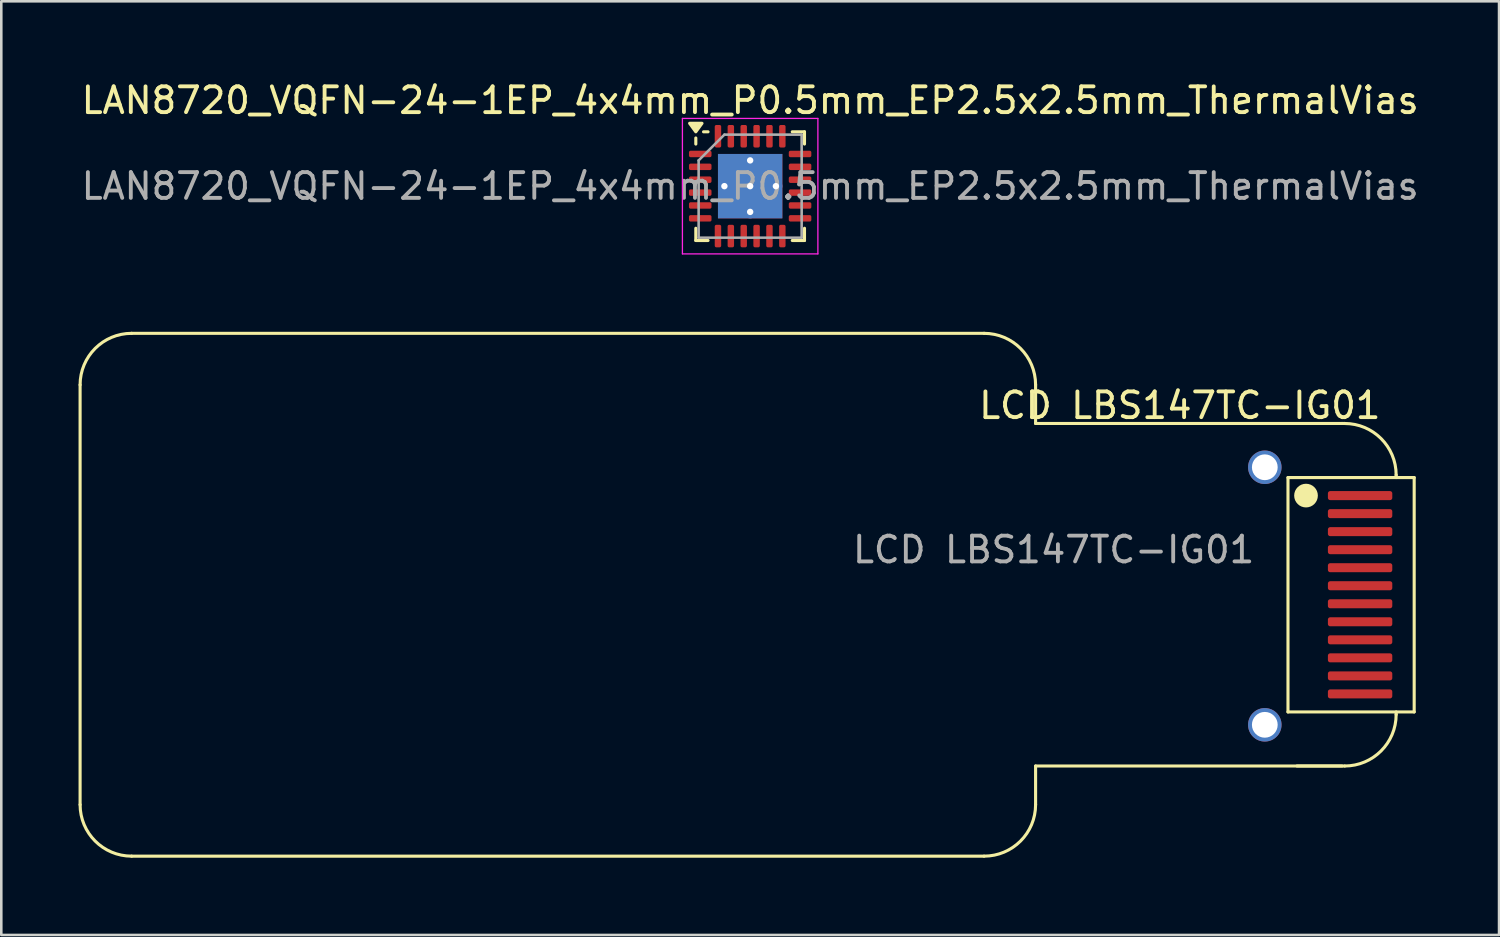
<source format=kicad_pcb>
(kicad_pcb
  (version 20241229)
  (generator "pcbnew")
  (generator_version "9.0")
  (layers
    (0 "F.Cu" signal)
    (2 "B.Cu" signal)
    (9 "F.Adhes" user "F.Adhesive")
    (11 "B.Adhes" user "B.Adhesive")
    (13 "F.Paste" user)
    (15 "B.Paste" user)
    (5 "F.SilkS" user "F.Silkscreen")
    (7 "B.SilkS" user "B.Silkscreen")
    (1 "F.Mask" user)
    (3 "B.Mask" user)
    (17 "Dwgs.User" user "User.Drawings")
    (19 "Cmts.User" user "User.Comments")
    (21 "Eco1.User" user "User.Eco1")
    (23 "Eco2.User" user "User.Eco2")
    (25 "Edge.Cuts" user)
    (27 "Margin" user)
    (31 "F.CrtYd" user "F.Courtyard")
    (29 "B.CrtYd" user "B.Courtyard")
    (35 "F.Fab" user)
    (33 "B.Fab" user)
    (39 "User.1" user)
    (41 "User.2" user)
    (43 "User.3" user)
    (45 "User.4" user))
  (footprint "LCD LBS147TC-IG01"
    (layer "F.Cu")
    (at 49.76 16.193)
    (property "Reference" "LCD LBS147TC-IG01" (at -7 -3.5 0) (unlocked yes) (layer "F.SilkS") (effects (font (size 1 1) (thickness 0.15))))
    (attr smd)
    (fp_line (start -49.7 -4.3) (end -49.7 12) (stroke (width 0.12) (type default)) (layer "F.SilkS"))
    (fp_line (start -47.7 14) (end -14.6 14) (stroke (width 0.12) (type default)) (layer "F.SilkS"))
    (fp_line (start -14.6 -6.3) (end -47.7 -6.3) (stroke (width 0.12) (type default)) (layer "F.SilkS"))
    (fp_line (start -12.6 -4.3) (end -12.6 -2.8) (stroke (width 0.12) (type default)) (layer "F.SilkS"))
    (fp_line (start -12.6 10.5) (end -12.6 12) (stroke (width 0.12) (type default)) (layer "F.SilkS"))
    (fp_line (start -12.6 10.5) (end -0.7 10.5) (stroke (width 0.12) (type default)) (layer "F.SilkS"))
    (fp_line (start -2.8 -0.7) (end -2.8 8.4) (stroke (width 0.12) (type default)) (layer "F.SilkS"))
    (fp_line (start -2.8 8.4) (end 2.1 8.4) (stroke (width 0.12) (type default)) (layer "F.SilkS"))
    (fp_line (start -0.7 -2.8) (end -12.6 -2.8) (stroke (width 0.12) (type default)) (layer "F.SilkS"))
    (fp_line (start -0.7 -2.8) (end -0.6 -2.8) (stroke (width 0.12) (type default)) (layer "F.SilkS"))
    (fp_line (start -0.6 10.5) (end -2.45 10.5) (stroke (width 0.12) (type default)) (layer "F.SilkS"))
    (fp_line (start 1.4 -0.8) (end 1.4 -0.7) (stroke (width 0.12) (type default)) (layer "F.SilkS"))
    (fp_line (start 1.4 8.4) (end 1.4 8.5) (stroke (width 0.12) (type default)) (layer "F.SilkS"))
    (fp_line (start 2.1 -0.7) (end -2.8 -0.7) (stroke (width 0.12) (type default)) (layer "F.SilkS"))
    (fp_line (start 2.1 8.4) (end 2.1 -0.7) (stroke (width 0.12) (type default)) (layer "F.SilkS"))
    (fp_arc (start -49.7 -4.3) (mid -49.114214 -5.714214) (end -47.7 -6.3) (stroke (width 0.12) (type default)) (layer "F.SilkS"))
    (fp_arc (start -47.7 14) (mid -49.114214 13.414214) (end -49.7 12) (stroke (width 0.12) (type default)) (layer "F.SilkS"))
    (fp_arc (start -14.6 -6.3) (mid -13.185786 -5.714214) (end -12.6 -4.3) (stroke (width 0.12) (type default)) (layer "F.SilkS"))
    (fp_arc (start -12.6 12) (mid -13.185786 13.414214) (end -14.6 14) (stroke (width 0.12) (type default)) (layer "F.SilkS"))
    (fp_arc (start -0.6 -2.8) (mid 0.814214 -2.214214) (end 1.4 -0.8) (stroke (width 0.12) (type default)) (layer "F.SilkS"))
    (fp_arc (start 1.4 8.5) (mid 0.814214 9.914214) (end -0.6 10.5) (stroke (width 0.12) (type default)) (layer "F.SilkS"))
    (fp_circle (center -2.1 0) (end -1.7 0) (stroke (width 0.12) (type solid)) (fill yes) (layer "F.SilkS"))
    (fp_text user "${REFERENCE}" (at -11.9 2.1 0) (unlocked yes) (layer "F.Fab") (effects (font (size 1 1) (thickness 0.15))))
    (pad "1" smd roundrect (at 0 0) (size 2.5 0.35) (layers "F.Cu" "F.Mask" "F.Paste") (roundrect_rratio 0.25))
    (pad "2" smd roundrect (at 0 0.7) (size 2.5 0.35) (layers "F.Cu" "F.Mask" "F.Paste") (roundrect_rratio 0.25))
    (pad "3" smd roundrect (at 0 1.4) (size 2.5 0.35) (layers "F.Cu" "F.Mask" "F.Paste") (roundrect_rratio 0.25))
    (pad "4" smd roundrect (at 0 2.1) (size 2.5 0.35) (layers "F.Cu" "F.Mask" "F.Paste") (roundrect_rratio 0.25))
    (pad "5" smd roundrect (at 0 2.8) (size 2.5 0.35) (layers "F.Cu" "F.Mask" "F.Paste") (roundrect_rratio 0.25))
    (pad "6" smd roundrect (at 0 3.5) (size 2.5 0.35) (layers "F.Cu" "F.Mask" "F.Paste") (roundrect_rratio 0.25))
    (pad "7" smd roundrect (at 0 4.2) (size 2.5 0.35) (layers "F.Cu" "F.Mask" "F.Paste") (roundrect_rratio 0.25))
    (pad "8" smd roundrect (at 0 4.9) (size 2.5 0.35) (layers "F.Cu" "F.Mask" "F.Paste") (roundrect_rratio 0.25))
    (pad "9" smd roundrect (at 0 5.6) (size 2.5 0.35) (layers "F.Cu" "F.Mask" "F.Paste") (roundrect_rratio 0.25))
    (pad "10" smd roundrect (at 0 6.3) (size 2.5 0.35) (layers "F.Cu" "F.Mask" "F.Paste") (roundrect_rratio 0.25))
    (pad "11" smd roundrect (at 0 7) (size 2.5 0.35) (layers "F.Cu" "F.Mask" "F.Paste") (roundrect_rratio 0.25))
    (pad "12" smd roundrect (at 0 7.7) (size 2.5 0.35) (layers "F.Cu" "F.Mask" "F.Paste") (roundrect_rratio 0.25))
    (pad "f" thru_hole circle (at -3.7 -1.1) (size 1.3 1.3) (drill 1) (layers "*.Cu" "*.Mask"))
    (pad "f" thru_hole circle (at -3.7 8.9) (size 1.3 1.3) (drill 1) (layers "*.Cu" "*.Mask")))
  (footprint "LAN8720_VQFN-24-1EP_4x4mm_P0.5mm_EP2.5x2.5mm_ThermalVias"
    (layer "F.Cu")
    (at 26.077 4.178)
    (property "Reference" "LAN8720_VQFN-24-1EP_4x4mm_P0.5mm_EP2.5x2.5mm_ThermalVias" (at 0 -3.33 0) (layer "F.SilkS") (effects (font (size 1 1) (thickness 0.15))))
    (attr smd)
    (fp_line (start -2.11 -1.635) (end -2.11 -1.87) (stroke (width 0.12) (type solid)) (layer "F.SilkS"))
    (fp_line (start -2.11 2.11) (end -2.11 1.635) (stroke (width 0.12) (type solid)) (layer "F.SilkS"))
    (fp_line (start -1.635 -2.11) (end -1.81 -2.11) (stroke (width 0.12) (type solid)) (layer "F.SilkS"))
    (fp_line (start -1.635 2.11) (end -2.11 2.11) (stroke (width 0.12) (type solid)) (layer "F.SilkS"))
    (fp_line (start 1.635 -2.11) (end 2.11 -2.11) (stroke (width 0.12) (type solid)) (layer "F.SilkS"))
    (fp_line (start 1.635 2.11) (end 2.11 2.11) (stroke (width 0.12) (type solid)) (layer "F.SilkS"))
    (fp_line (start 2.11 -2.11) (end 2.11 -1.635) (stroke (width 0.12) (type solid)) (layer "F.SilkS"))
    (fp_line (start 2.11 2.11) (end 2.11 1.635) (stroke (width 0.12) (type solid)) (layer "F.SilkS"))
    (fp_poly (pts (xy -2.11 -2.11) (xy -2.35 -2.44) (xy -1.87 -2.44) (xy -2.11 -2.11)) (stroke (width 0.12) (type solid)) (fill yes) (layer "F.SilkS"))
    (fp_line (start -2.63 -2.63) (end -2.63 2.63) (stroke (width 0.05) (type solid)) (layer "F.CrtYd"))
    (fp_line (start -2.63 2.63) (end 2.63 2.63) (stroke (width 0.05) (type solid)) (layer "F.CrtYd"))
    (fp_line (start 2.63 -2.63) (end -2.63 -2.63) (stroke (width 0.05) (type solid)) (layer "F.CrtYd"))
    (fp_line (start 2.63 2.63) (end 2.63 -2.63) (stroke (width 0.05) (type solid)) (layer "F.CrtYd"))
    (fp_line (start -2 -1) (end -1 -2) (stroke (width 0.1) (type solid)) (layer "F.Fab"))
    (fp_line (start -2 2) (end -2 -1) (stroke (width 0.1) (type solid)) (layer "F.Fab"))
    (fp_line (start -1 -2) (end 2 -2) (stroke (width 0.1) (type solid)) (layer "F.Fab"))
    (fp_line (start 2 -2) (end 2 2) (stroke (width 0.1) (type solid)) (layer "F.Fab"))
    (fp_line (start 2 2) (end -2 2) (stroke (width 0.1) (type solid)) (layer "F.Fab"))
    (fp_text user "${REFERENCE}" (at 0 0 0) (layer "F.Fab") (effects (font (size 1 1) (thickness 0.15))))
    (pad "" smd custom (at -0.57 -0.57) (size 0.779 0.779) (layers "F.Paste") (options (anchor circle)) (primitives (gr_poly (pts (xy -0.315 -0.192) (xy -0.192 -0.315) (xy 0.192 -0.315) (xy 0.315 -0.192) (xy 0.315 0.192) (xy 0.192 0.315) (xy -0.192 0.315) (xy -0.315 0.192)) (width 0.297) (fill yes))))
    (pad "" smd custom (at -0.57 0.57) (size 0.779 0.779) (layers "F.Paste") (options (anchor circle)) (primitives (gr_poly (pts (xy -0.315 -0.192) (xy -0.192 -0.315) (xy 0.192 -0.315) (xy 0.315 -0.192) (xy 0.315 0.192) (xy 0.192 0.315) (xy -0.192 0.315) (xy -0.315 0.192)) (width 0.297) (fill yes))))
    (pad "" smd custom (at 0.57 -0.57) (size 0.779 0.779) (layers "F.Paste") (options (anchor circle)) (primitives (gr_poly (pts (xy -0.315 -0.192) (xy -0.192 -0.315) (xy 0.192 -0.315) (xy 0.315 -0.192) (xy 0.315 0.192) (xy 0.192 0.315) (xy -0.192 0.315) (xy -0.315 0.192)) (width 0.297) (fill yes))))
    (pad "" smd custom (at 0.57 0.57) (size 0.779 0.779) (layers "F.Paste") (options (anchor circle)) (primitives (gr_poly (pts (xy -0.315 -0.192) (xy -0.192 -0.315) (xy 0.192 -0.315) (xy 0.315 -0.192) (xy 0.315 0.192) (xy 0.192 0.315) (xy -0.192 0.315) (xy -0.315 0.192)) (width 0.297) (fill yes))))
    (pad "1" smd roundrect (at -1.938 -1.25) (size 0.875 0.25) (layers "F.Cu" "F.Mask" "F.Paste") (roundrect_rratio 0.25))
    (pad "2" smd roundrect (at -1.938 -0.75) (size 0.875 0.25) (layers "F.Cu" "F.Mask" "F.Paste") (roundrect_rratio 0.25))
    (pad "3" smd roundrect (at -1.938 -0.25) (size 0.875 0.25) (layers "F.Cu" "F.Mask" "F.Paste") (roundrect_rratio 0.25))
    (pad "4" smd roundrect (at -1.938 0.25) (size 0.875 0.25) (layers "F.Cu" "F.Mask" "F.Paste") (roundrect_rratio 0.25))
    (pad "5" smd roundrect (at -1.938 0.75) (size 0.875 0.25) (layers "F.Cu" "F.Mask" "F.Paste") (roundrect_rratio 0.25))
    (pad "6" smd roundrect (at -1.938 1.25) (size 0.875 0.25) (layers "F.Cu" "F.Mask" "F.Paste") (roundrect_rratio 0.25))
    (pad "7" smd roundrect (at -1.25 1.938) (size 0.25 0.875) (layers "F.Cu" "F.Mask" "F.Paste") (roundrect_rratio 0.25))
    (pad "8" smd roundrect (at -0.75 1.938) (size 0.25 0.875) (layers "F.Cu" "F.Mask" "F.Paste") (roundrect_rratio 0.25))
    (pad "9" smd roundrect (at -0.25 1.938) (size 0.25 0.875) (layers "F.Cu" "F.Mask" "F.Paste") (roundrect_rratio 0.25))
    (pad "10" smd roundrect (at 0.25 1.938) (size 0.25 0.875) (layers "F.Cu" "F.Mask" "F.Paste") (roundrect_rratio 0.25))
    (pad "11" smd roundrect (at 0.75 1.938) (size 0.25 0.875) (layers "F.Cu" "F.Mask" "F.Paste") (roundrect_rratio 0.25))
    (pad "12" smd roundrect (at 1.25 1.938) (size 0.25 0.875) (layers "F.Cu" "F.Mask" "F.Paste") (roundrect_rratio 0.25))
    (pad "13" smd roundrect (at 1.938 1.25) (size 0.875 0.25) (layers "F.Cu" "F.Mask" "F.Paste") (roundrect_rratio 0.25))
    (pad "14" smd roundrect (at 1.938 0.75) (size 0.875 0.25) (layers "F.Cu" "F.Mask" "F.Paste") (roundrect_rratio 0.25))
    (pad "15" smd roundrect (at 1.938 0.25) (size 0.875 0.25) (layers "F.Cu" "F.Mask" "F.Paste") (roundrect_rratio 0.25))
    (pad "16" smd roundrect (at 1.938 -0.25) (size 0.875 0.25) (layers "F.Cu" "F.Mask" "F.Paste") (roundrect_rratio 0.25))
    (pad "17" smd roundrect (at 1.938 -0.75) (size 0.875 0.25) (layers "F.Cu" "F.Mask" "F.Paste") (roundrect_rratio 0.25))
    (pad "18" smd roundrect (at 1.938 -1.25) (size 0.875 0.25) (layers "F.Cu" "F.Mask" "F.Paste") (roundrect_rratio 0.25))
    (pad "19" smd roundrect (at 1.25 -1.938) (size 0.25 0.875) (layers "F.Cu" "F.Mask" "F.Paste") (roundrect_rratio 0.25))
    (pad "20" smd roundrect (at 0.75 -1.938) (size 0.25 0.875) (layers "F.Cu" "F.Mask" "F.Paste") (roundrect_rratio 0.25))
    (pad "21" smd roundrect (at 0.25 -1.938) (size 0.25 0.875) (layers "F.Cu" "F.Mask" "F.Paste") (roundrect_rratio 0.25))
    (pad "22" smd roundrect (at -0.25 -1.938) (size 0.25 0.875) (layers "F.Cu" "F.Mask" "F.Paste") (roundrect_rratio 0.25))
    (pad "23" smd roundrect (at -0.75 -1.938) (size 0.25 0.875) (layers "F.Cu" "F.Mask" "F.Paste") (roundrect_rratio 0.25))
    (pad "24" smd roundrect (at -1.25 -1.938) (size 0.25 0.875) (layers "F.Cu" "F.Mask" "F.Paste") (roundrect_rratio 0.25))
    (pad "25" thru_hole circle (at -1 0) (size 0.5 0.5) (drill 0.25) (property pad_prop_heatsink) (layers "*.Cu"))
    (pad "25" thru_hole circle (at 0 -1) (size 0.5 0.5) (drill 0.25) (property pad_prop_heatsink) (layers "*.Cu"))
    (pad "25" thru_hole circle (at 0 0) (size 0.5 0.5) (drill 0.25) (property pad_prop_heatsink) (layers "*.Cu"))
    (pad "25" smd rect (at 0 0) (size 2.5 2.5) (property pad_prop_heatsink) (layers "F.Cu" "F.Mask"))
    (pad "25" smd rect (at 0 0) (size 2.5 2.5) (property pad_prop_heatsink) (layers "B.Cu"))
    (pad "25" thru_hole circle (at 0 1) (size 0.5 0.5) (drill 0.25) (property pad_prop_heatsink) (layers "*.Cu"))
    (pad "25" thru_hole circle (at 1 0) (size 0.5 0.5) (drill 0.25) (property pad_prop_heatsink) (layers "*.Cu")))
  (gr_rect
    (start -3 -3)
    (end 55.155 33.253)
    (stroke (width 0.1) (type default))
    (fill no)
    (layer "Edge.Cuts")))
</source>
